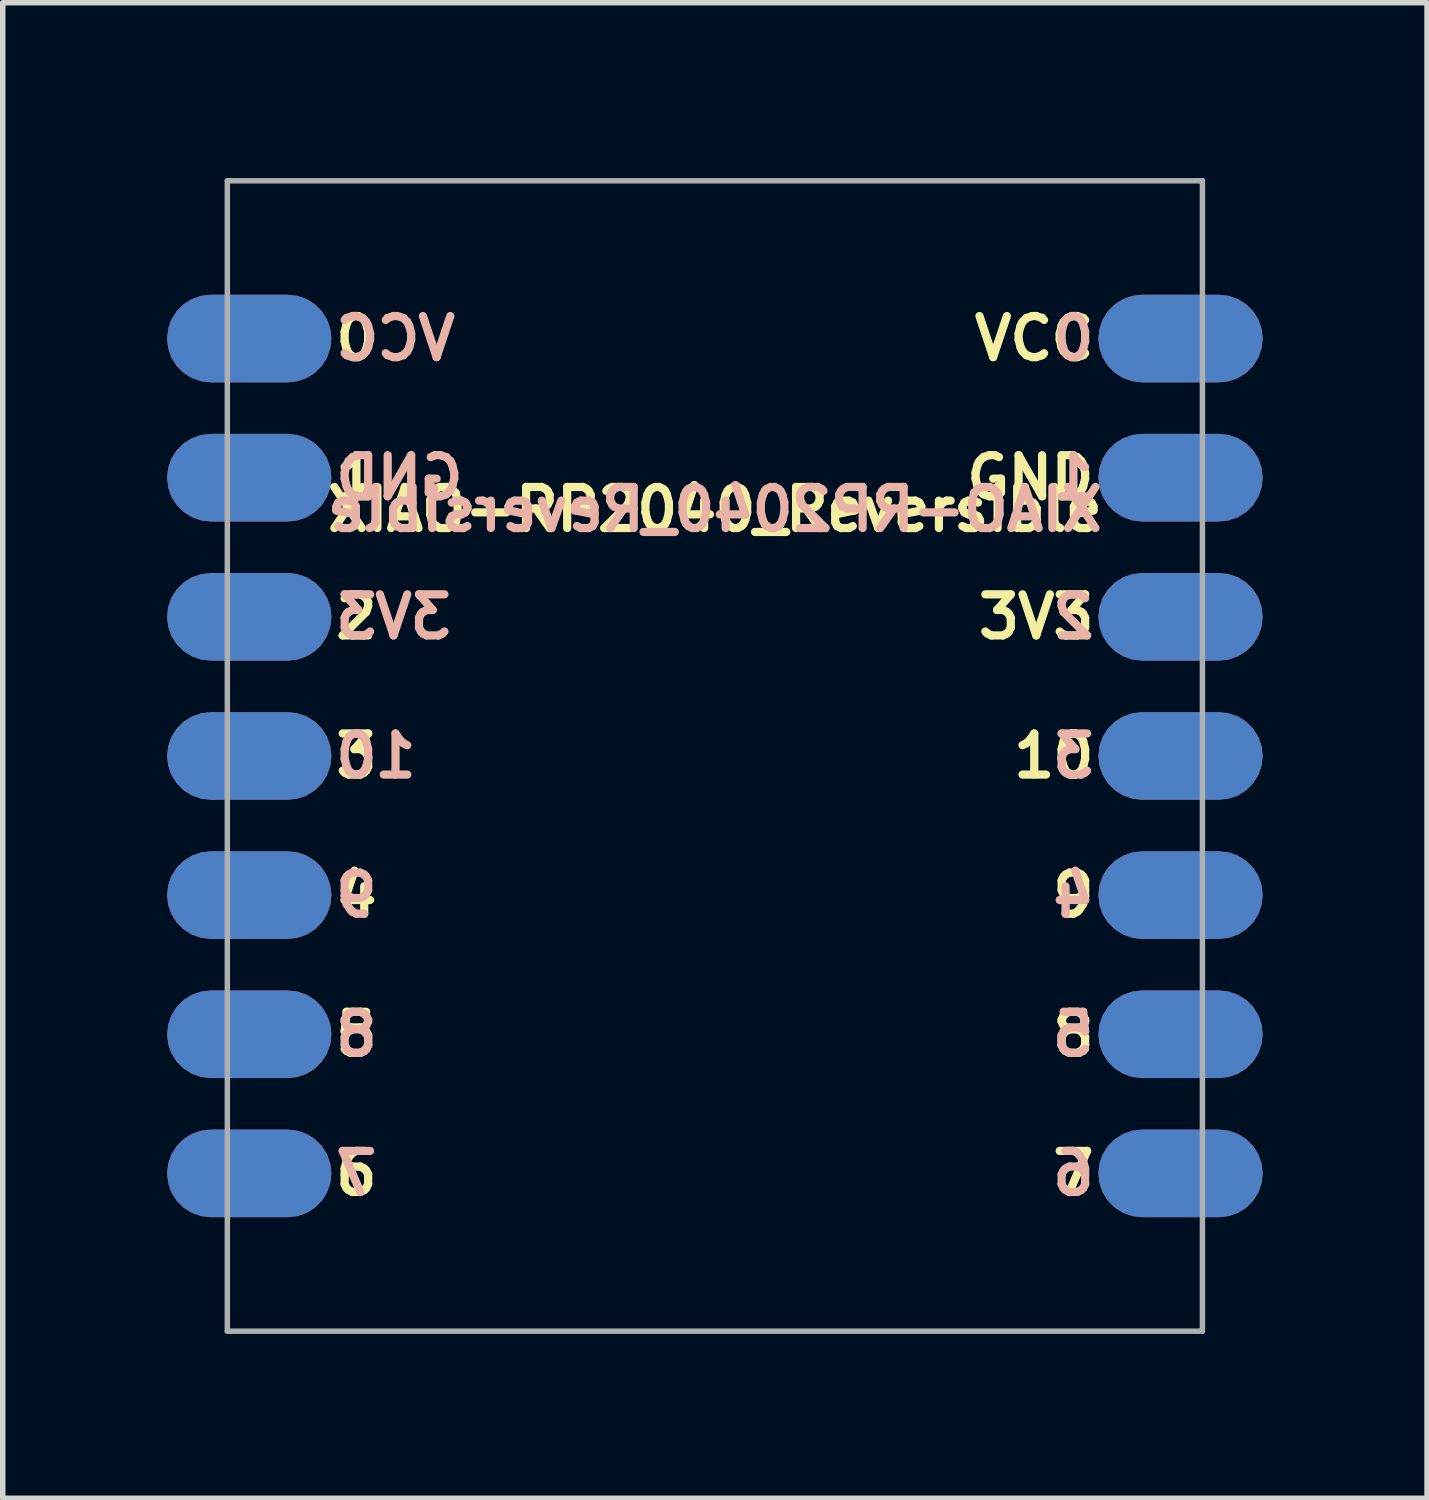
<source format=kicad_pcb>
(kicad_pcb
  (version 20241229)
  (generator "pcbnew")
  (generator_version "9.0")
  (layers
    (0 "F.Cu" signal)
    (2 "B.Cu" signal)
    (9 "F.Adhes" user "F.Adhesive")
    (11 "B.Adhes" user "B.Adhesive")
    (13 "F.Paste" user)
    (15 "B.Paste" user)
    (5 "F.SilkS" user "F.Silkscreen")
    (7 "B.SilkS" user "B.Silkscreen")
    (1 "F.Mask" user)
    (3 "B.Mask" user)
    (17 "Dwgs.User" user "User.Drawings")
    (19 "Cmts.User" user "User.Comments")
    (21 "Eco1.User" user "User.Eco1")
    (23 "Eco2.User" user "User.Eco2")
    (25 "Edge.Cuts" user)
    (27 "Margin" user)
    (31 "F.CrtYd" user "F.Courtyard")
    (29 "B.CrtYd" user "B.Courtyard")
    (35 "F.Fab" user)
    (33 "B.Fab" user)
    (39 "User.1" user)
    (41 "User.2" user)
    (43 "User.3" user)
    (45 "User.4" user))
  (footprint "XIAO-RP2040_Reversible"
    (layer "F.Cu")
    (at 10 0.25)
    (property "Reference" "XIAO-RP2040_Reversible" (at 0 6 0) (layer "F.SilkS") (effects (font (size 0.75 0.75) (thickness 0.15))))
    (attr smd)
    (fp_line (start -8.9 0) (end -8.9 21) (stroke (width 0.1) (type solid)) (layer "F.Fab"))
    (fp_line (start -8.9 21) (end 8.9 21) (stroke (width 0.1) (type solid)) (layer "F.Fab"))
    (fp_line (start 8.88 19.066) (end 8.881 19.017) (stroke (width 0.025) (type solid)) (layer "F.Fab"))
    (fp_line (start 8.881 19.017) (end 8.882 18.968) (stroke (width 0.025) (type solid)) (layer "F.Fab"))
    (fp_line (start 8.9 0) (end -8.9 0) (stroke (width 0.1) (type solid)) (layer "F.Fab"))
    (fp_line (start 8.9 0) (end 8.9 21) (stroke (width 0.1) (type solid)) (layer "F.Fab"))
    (fp_text user "5" (at -7 15.58 0) (unlocked yes) (layer "F.SilkS") (effects (font (size 0.75 0.75) (thickness 0.15)) (justify left)))
    (fp_text user "4" (at -7 13.04 0) (unlocked yes) (layer "F.SilkS") (effects (font (size 0.75 0.75) (thickness 0.15)) (justify left)))
    (fp_text user "3V3" (at 7 7.96 0) (unlocked yes) (layer "F.SilkS") (effects (font (size 0.75 0.75) (thickness 0.15)) (justify right)))
    (fp_text user "3" (at -7 10.5 0) (unlocked yes) (layer "F.SilkS") (effects (font (size 0.75 0.75) (thickness 0.15)) (justify left)))
    (fp_text user "6" (at -7 18.12 0) (unlocked yes) (layer "F.SilkS") (effects (font (size 0.75 0.75) (thickness 0.15)) (justify left)))
    (fp_text user "2" (at -7 7.96 0) (unlocked yes) (layer "F.SilkS") (effects (font (size 0.75 0.75) (thickness 0.15)) (justify left)))
    (fp_text user "10" (at 7 10.5 0) (unlocked yes) (layer "F.SilkS") (effects (font (size 0.75 0.75) (thickness 0.15)) (justify right)))
    (fp_text user "VCC" (at 7 2.88 0) (unlocked yes) (layer "F.SilkS") (effects (font (size 0.75 0.75) (thickness 0.15)) (justify right)))
    (fp_text user "GND" (at 7 5.42 0) (unlocked yes) (layer "F.SilkS") (effects (font (size 0.75 0.75) (thickness 0.15)) (justify right)))
    (fp_text user "7" (at 7 18.12 0) (unlocked yes) (layer "F.SilkS") (effects (font (size 0.75 0.75) (thickness 0.15)) (justify right)))
    (fp_text user "9" (at 7 13.04 0) (unlocked yes) (layer "F.SilkS") (effects (font (size 0.75 0.75) (thickness 0.15)) (justify right)))
    (fp_text user "0" (at -7 2.88 0) (unlocked yes) (layer "F.SilkS") (effects (font (size 0.75 0.75) (thickness 0.15)) (justify left)))
    (fp_text user "8" (at 7 15.58 0) (unlocked yes) (layer "F.SilkS") (effects (font (size 0.75 0.75) (thickness 0.15)) (justify right)))
    (fp_text user "1" (at -7 5.42 0) (unlocked yes) (layer "F.SilkS") (effects (font (size 0.75 0.75) (thickness 0.15)) (justify left)))
    (fp_text user "3" (at 7 10.5 0) (unlocked yes) (layer "B.SilkS") (effects (font (size 0.75 0.75) (thickness 0.15)) (justify left mirror)))
    (fp_text user "2" (at 7 7.96 0) (unlocked yes) (layer "B.SilkS") (effects (font (size 0.75 0.75) (thickness 0.15)) (justify left mirror)))
    (fp_text user "9" (at -7 13.04 0) (unlocked yes) (layer "B.SilkS") (effects (font (size 0.75 0.75) (thickness 0.15)) (justify right mirror)))
    (fp_text user "0" (at 7 2.88 0) (unlocked yes) (layer "B.SilkS") (effects (font (size 0.75 0.75) (thickness 0.15)) (justify left mirror)))
    (fp_text user "6" (at 7 18.12 0) (unlocked yes) (layer "B.SilkS") (effects (font (size 0.75 0.75) (thickness 0.15)) (justify left mirror)))
    (fp_text user "${REFERENCE}" (at 0 6 0) (layer "B.SilkS") (effects (font (size 0.75 0.75) (thickness 0.15)) (justify mirror)))
    (fp_text user "GND" (at -7 5.42 0) (unlocked yes) (layer "B.SilkS") (effects (font (size 0.75 0.75) (thickness 0.15)) (justify right mirror)))
    (fp_text user "1" (at 7 5.42 0) (unlocked yes) (layer "B.SilkS") (effects (font (size 0.75 0.75) (thickness 0.15)) (justify left mirror)))
    (fp_text user "4" (at 7 13.04 0) (unlocked yes) (layer "B.SilkS") (effects (font (size 0.75 0.75) (thickness 0.15)) (justify left mirror)))
    (fp_text user "3V3" (at -7 7.96 0) (unlocked yes) (layer "B.SilkS") (effects (font (size 0.75 0.75) (thickness 0.15)) (justify right mirror)))
    (fp_text user "8" (at -7 15.58 0) (unlocked yes) (layer "B.SilkS") (effects (font (size 0.75 0.75) (thickness 0.15)) (justify right mirror)))
    (fp_text user "5" (at 7 15.58 0) (unlocked yes) (layer "B.SilkS") (effects (font (size 0.75 0.75) (thickness 0.15)) (justify left mirror)))
    (fp_text user "VCC" (at -7 2.88 0) (unlocked yes) (layer "B.SilkS") (effects (font (size 0.75 0.75) (thickness 0.15)) (justify right mirror)))
    (fp_text user "7" (at -7 18.12 0) (unlocked yes) (layer "B.SilkS") (effects (font (size 0.75 0.75) (thickness 0.15)) (justify right mirror)))
    (fp_text user "10" (at -7 10.5 0) (unlocked yes) (layer "B.SilkS") (effects (font (size 0.75 0.75) (thickness 0.15)) (justify right mirror)))
    (pad "1" smd roundrect (at -8.5 2.88) (size 3 1.6) (layers "F.Cu" "F.Mask" "F.Paste") (roundrect_rratio 0.5))
    (pad "1" smd roundrect (at 8.5 2.88) (size 3 1.6) (layers "B.Cu" "B.Mask" "B.Paste") (roundrect_rratio 0.5))
    (pad "2" smd roundrect (at -8.5 5.42) (size 3 1.6) (layers "F.Cu" "F.Mask" "F.Paste") (roundrect_rratio 0.5))
    (pad "2" smd roundrect (at 8.5 5.42) (size 3 1.6) (layers "B.Cu" "B.Mask" "B.Paste") (roundrect_rratio 0.5))
    (pad "3" smd roundrect (at -8.5 7.96) (size 3 1.6) (layers "F.Cu" "F.Mask" "F.Paste") (roundrect_rratio 0.5))
    (pad "3" smd roundrect (at 8.5 7.96) (size 3 1.6) (layers "B.Cu" "B.Mask" "B.Paste") (roundrect_rratio 0.5))
    (pad "4" smd roundrect (at -8.5 10.5) (size 3 1.6) (layers "F.Cu" "F.Mask" "F.Paste") (roundrect_rratio 0.5))
    (pad "4" smd roundrect (at 8.5 10.5) (size 3 1.6) (layers "B.Cu" "B.Mask" "B.Paste") (roundrect_rratio 0.5))
    (pad "5" smd roundrect (at -8.5 13.04) (size 3 1.6) (layers "F.Cu" "F.Mask" "F.Paste") (roundrect_rratio 0.5))
    (pad "5" smd roundrect (at 8.5 13.04) (size 3 1.6) (layers "B.Cu" "B.Mask" "B.Paste") (roundrect_rratio 0.5))
    (pad "6" smd roundrect (at -8.5 15.58) (size 3 1.6) (layers "F.Cu" "F.Mask" "F.Paste") (roundrect_rratio 0.5))
    (pad "6" smd roundrect (at 8.5 15.58) (size 3 1.6) (layers "B.Cu" "B.Mask" "B.Paste") (roundrect_rratio 0.5))
    (pad "7" smd roundrect (at -8.5 18.12) (size 3 1.6) (layers "F.Cu" "F.Mask" "F.Paste") (roundrect_rratio 0.5))
    (pad "7" smd roundrect (at 8.5 18.12) (size 3 1.6) (layers "B.Cu" "B.Mask" "B.Paste") (roundrect_rratio 0.5))
    (pad "8" smd roundrect (at -8.5 18.12) (size 3 1.6) (layers "B.Cu" "B.Mask" "B.Paste") (roundrect_rratio 0.5))
    (pad "8" smd roundrect (at 8.5 18.12) (size 3 1.6) (layers "F.Cu" "F.Mask" "F.Paste") (roundrect_rratio 0.5))
    (pad "9" smd roundrect (at -8.5 15.58) (size 3 1.6) (layers "B.Cu" "B.Mask" "B.Paste") (roundrect_rratio 0.5))
    (pad "9" smd roundrect (at 8.5 15.58) (size 3 1.6) (layers "F.Cu" "F.Mask" "F.Paste") (roundrect_rratio 0.5))
    (pad "10" smd roundrect (at -8.5 13.04) (size 3 1.6) (layers "B.Cu" "B.Mask" "B.Paste") (roundrect_rratio 0.5))
    (pad "10" smd roundrect (at 8.5 13.04) (size 3 1.6) (layers "F.Cu" "F.Mask" "F.Paste") (roundrect_rratio 0.5))
    (pad "11" smd roundrect (at -8.5 10.5) (size 3 1.6) (layers "B.Cu" "B.Mask" "B.Paste") (roundrect_rratio 0.5))
    (pad "11" smd roundrect (at 8.5 10.5) (size 3 1.6) (layers "F.Cu" "F.Mask" "F.Paste") (roundrect_rratio 0.5))
    (pad "12" smd roundrect (at -8.5 7.96) (size 3 1.6) (layers "B.Cu" "B.Mask" "B.Paste") (roundrect_rratio 0.5))
    (pad "12" smd roundrect (at 8.5 7.96) (size 3 1.6) (layers "F.Cu" "F.Mask" "F.Paste") (roundrect_rratio 0.5))
    (pad "13" smd roundrect (at -8.5 5.42) (size 3 1.6) (layers "B.Cu" "B.Mask" "B.Paste") (roundrect_rratio 0.5))
    (pad "13" smd roundrect (at 8.5 5.42) (size 3 1.6) (layers "F.Cu" "F.Mask" "F.Paste") (roundrect_rratio 0.5))
    (pad "14" smd roundrect (at -8.5 2.88) (size 3 1.6) (layers "B.Cu" "B.Mask" "B.Paste") (roundrect_rratio 0.5))
    (pad "14" smd roundrect (at 8.5 2.88) (size 3 1.6) (layers "F.Cu" "F.Mask" "F.Paste") (roundrect_rratio 0.5)))
  (gr_rect
    (start -3 -3)
    (end 23 24.3)
    (stroke (width 0.1) (type default))
    (fill no)
    (layer "Edge.Cuts")))
</source>
